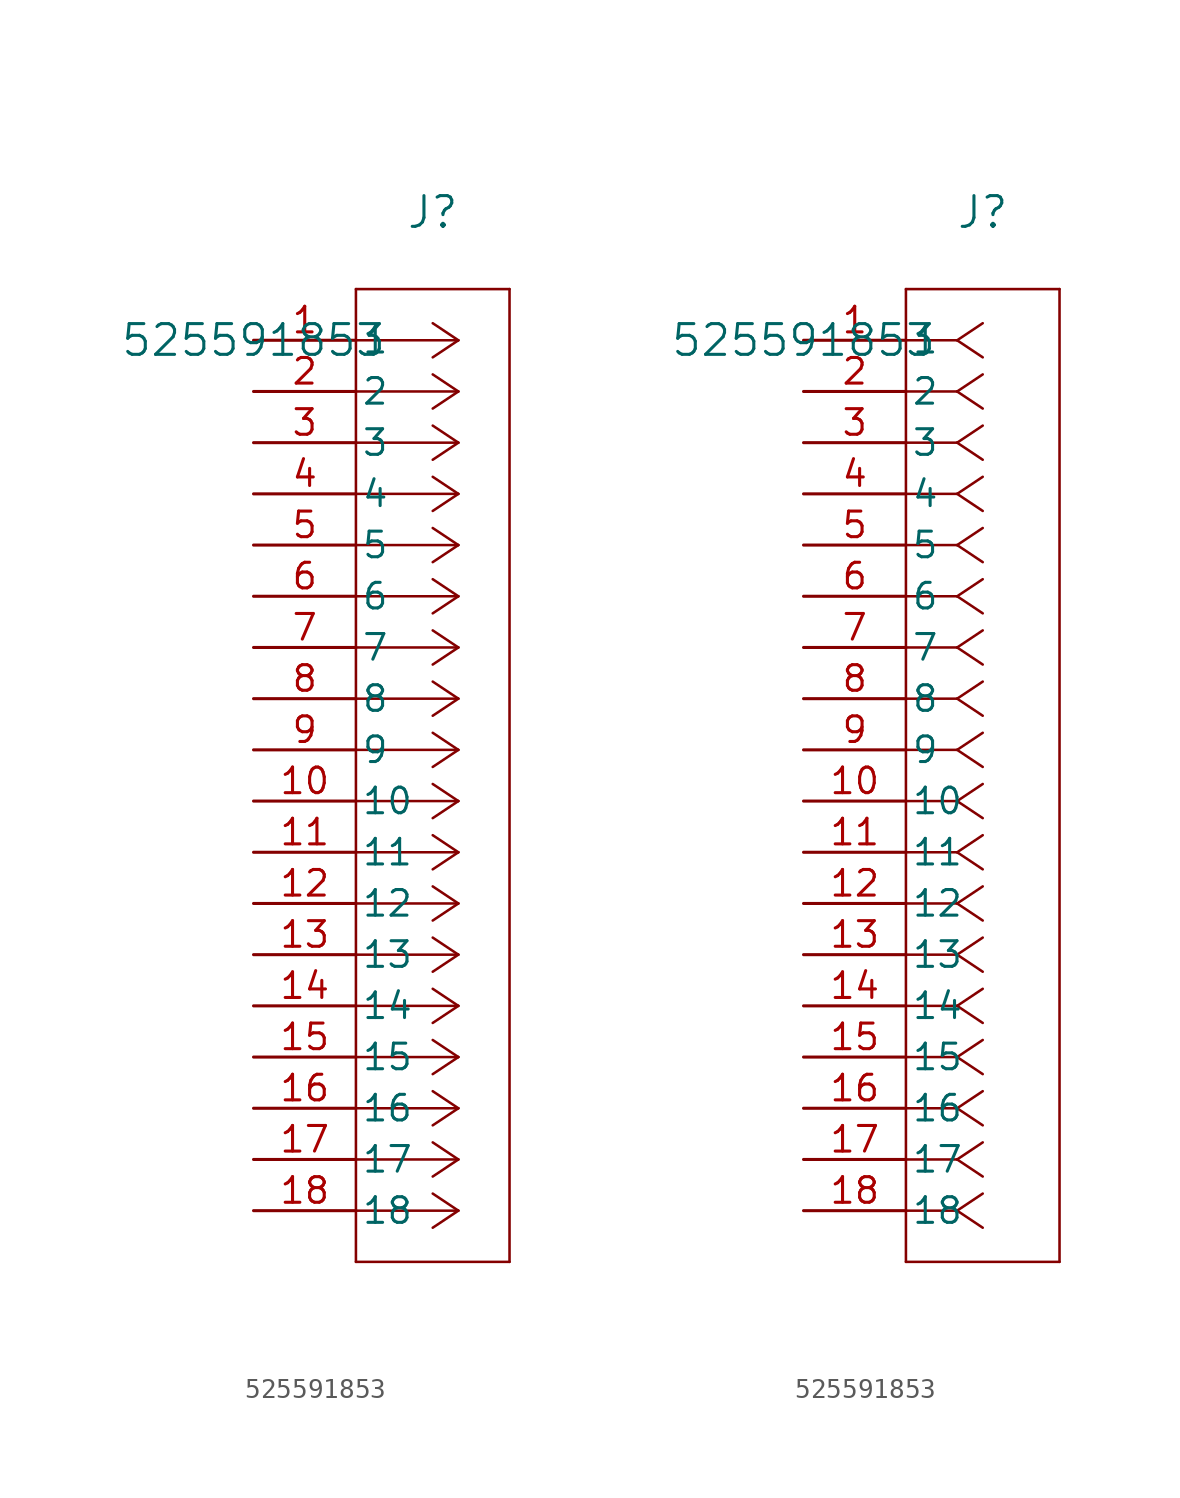
<source format=kicad_sym>
(kicad_symbol_lib
  (version 20211014)
  (generator kicad_symbol_editor)
  (symbol "525591853"
    (pin_names
      (offset 0.254))
    (property "Reference" "J"
      (at 8.89 6.35 0)
      (effects (font (size 1.524 1.524))))
    (property "Value" "525591853"
      (at 0 0 0)
      (effects (font (size 1.524 1.524))))
    (symbol "525591853_1_1"
      (polyline (pts (xy 10.16 0) (xy 5.08 0)) (stroke (width 0.127) (type default) (color 0 0 0 0)) (fill (type none)))
      (polyline (pts (xy 10.16 -2.54) (xy 5.08 -2.54)) (stroke (width 0.127) (type default) (color 0 0 0 0)) (fill (type none)))
      (polyline (pts (xy 10.16 -5.08) (xy 5.08 -5.08)) (stroke (width 0.127) (type default) (color 0 0 0 0)) (fill (type none)))
      (polyline (pts (xy 10.16 -7.62) (xy 5.08 -7.62)) (stroke (width 0.127) (type default) (color 0 0 0 0)) (fill (type none)))
      (polyline (pts (xy 10.16 -10.16) (xy 5.08 -10.16)) (stroke (width 0.127) (type default) (color 0 0 0 0)) (fill (type none)))
      (polyline (pts (xy 10.16 -12.7) (xy 5.08 -12.7)) (stroke (width 0.127) (type default) (color 0 0 0 0)) (fill (type none)))
      (polyline (pts (xy 10.16 -15.24) (xy 5.08 -15.24)) (stroke (width 0.127) (type default) (color 0 0 0 0)) (fill (type none)))
      (polyline (pts (xy 10.16 -17.78) (xy 5.08 -17.78)) (stroke (width 0.127) (type default) (color 0 0 0 0)) (fill (type none)))
      (polyline (pts (xy 10.16 -20.32) (xy 5.08 -20.32)) (stroke (width 0.127) (type default) (color 0 0 0 0)) (fill (type none)))
      (polyline (pts (xy 10.16 -22.86) (xy 5.08 -22.86)) (stroke (width 0.127) (type default) (color 0 0 0 0)) (fill (type none)))
      (polyline (pts (xy 10.16 -25.4) (xy 5.08 -25.4)) (stroke (width 0.127) (type default) (color 0 0 0 0)) (fill (type none)))
      (polyline (pts (xy 10.16 -27.94) (xy 5.08 -27.94)) (stroke (width 0.127) (type default) (color 0 0 0 0)) (fill (type none)))
      (polyline (pts (xy 10.16 -30.48) (xy 5.08 -30.48)) (stroke (width 0.127) (type default) (color 0 0 0 0)) (fill (type none)))
      (polyline (pts (xy 10.16 -33.02) (xy 5.08 -33.02)) (stroke (width 0.127) (type default) (color 0 0 0 0)) (fill (type none)))
      (polyline (pts (xy 10.16 -35.56) (xy 5.08 -35.56)) (stroke (width 0.127) (type default) (color 0 0 0 0)) (fill (type none)))
      (polyline (pts (xy 10.16 -38.1) (xy 5.08 -38.1)) (stroke (width 0.127) (type default) (color 0 0 0 0)) (fill (type none)))
      (polyline (pts (xy 10.16 -40.64) (xy 5.08 -40.64)) (stroke (width 0.127) (type default) (color 0 0 0 0)) (fill (type none)))
      (polyline (pts (xy 10.16 -43.18) (xy 5.08 -43.18)) (stroke (width 0.127) (type default) (color 0 0 0 0)) (fill (type none)))
      (polyline (pts (xy 10.16 0) (xy 8.89 0.847)) (stroke (width 0.127) (type default) (color 0 0 0 0)) (fill (type none)))
      (polyline (pts (xy 10.16 -2.54) (xy 8.89 -1.693)) (stroke (width 0.127) (type default) (color 0 0 0 0)) (fill (type none)))
      (polyline (pts (xy 10.16 -5.08) (xy 8.89 -4.233)) (stroke (width 0.127) (type default) (color 0 0 0 0)) (fill (type none)))
      (polyline (pts (xy 10.16 -7.62) (xy 8.89 -6.773)) (stroke (width 0.127) (type default) (color 0 0 0 0)) (fill (type none)))
      (polyline (pts (xy 10.16 -10.16) (xy 8.89 -9.313)) (stroke (width 0.127) (type default) (color 0 0 0 0)) (fill (type none)))
      (polyline (pts (xy 10.16 -12.7) (xy 8.89 -11.853)) (stroke (width 0.127) (type default) (color 0 0 0 0)) (fill (type none)))
      (polyline (pts (xy 10.16 -15.24) (xy 8.89 -14.393)) (stroke (width 0.127) (type default) (color 0 0 0 0)) (fill (type none)))
      (polyline (pts (xy 10.16 -17.78) (xy 8.89 -16.933)) (stroke (width 0.127) (type default) (color 0 0 0 0)) (fill (type none)))
      (polyline (pts (xy 10.16 -20.32) (xy 8.89 -19.473)) (stroke (width 0.127) (type default) (color 0 0 0 0)) (fill (type none)))
      (polyline (pts (xy 10.16 -22.86) (xy 8.89 -22.013)) (stroke (width 0.127) (type default) (color 0 0 0 0)) (fill (type none)))
      (polyline (pts (xy 10.16 -25.4) (xy 8.89 -24.553)) (stroke (width 0.127) (type default) (color 0 0 0 0)) (fill (type none)))
      (polyline (pts (xy 10.16 -27.94) (xy 8.89 -27.093)) (stroke (width 0.127) (type default) (color 0 0 0 0)) (fill (type none)))
      (polyline (pts (xy 10.16 -30.48) (xy 8.89 -29.633)) (stroke (width 0.127) (type default) (color 0 0 0 0)) (fill (type none)))
      (polyline (pts (xy 10.16 -33.02) (xy 8.89 -32.173)) (stroke (width 0.127) (type default) (color 0 0 0 0)) (fill (type none)))
      (polyline (pts (xy 10.16 -35.56) (xy 8.89 -34.713)) (stroke (width 0.127) (type default) (color 0 0 0 0)) (fill (type none)))
      (polyline (pts (xy 10.16 -38.1) (xy 8.89 -37.253)) (stroke (width 0.127) (type default) (color 0 0 0 0)) (fill (type none)))
      (polyline (pts (xy 10.16 -40.64) (xy 8.89 -39.793)) (stroke (width 0.127) (type default) (color 0 0 0 0)) (fill (type none)))
      (polyline (pts (xy 10.16 -43.18) (xy 8.89 -42.333)) (stroke (width 0.127) (type default) (color 0 0 0 0)) (fill (type none)))
      (polyline (pts (xy 10.16 0) (xy 8.89 -0.847)) (stroke (width 0.127) (type default) (color 0 0 0 0)) (fill (type none)))
      (polyline (pts (xy 10.16 -2.54) (xy 8.89 -3.387)) (stroke (width 0.127) (type default) (color 0 0 0 0)) (fill (type none)))
      (polyline (pts (xy 10.16 -5.08) (xy 8.89 -5.927)) (stroke (width 0.127) (type default) (color 0 0 0 0)) (fill (type none)))
      (polyline (pts (xy 10.16 -7.62) (xy 8.89 -8.467)) (stroke (width 0.127) (type default) (color 0 0 0 0)) (fill (type none)))
      (polyline (pts (xy 10.16 -10.16) (xy 8.89 -11.007)) (stroke (width 0.127) (type default) (color 0 0 0 0)) (fill (type none)))
      (polyline (pts (xy 10.16 -12.7) (xy 8.89 -13.547)) (stroke (width 0.127) (type default) (color 0 0 0 0)) (fill (type none)))
      (polyline (pts (xy 10.16 -15.24) (xy 8.89 -16.087)) (stroke (width 0.127) (type default) (color 0 0 0 0)) (fill (type none)))
      (polyline (pts (xy 10.16 -17.78) (xy 8.89 -18.627)) (stroke (width 0.127) (type default) (color 0 0 0 0)) (fill (type none)))
      (polyline (pts (xy 10.16 -20.32) (xy 8.89 -21.167)) (stroke (width 0.127) (type default) (color 0 0 0 0)) (fill (type none)))
      (polyline (pts (xy 10.16 -22.86) (xy 8.89 -23.707)) (stroke (width 0.127) (type default) (color 0 0 0 0)) (fill (type none)))
      (polyline (pts (xy 10.16 -25.4) (xy 8.89 -26.247)) (stroke (width 0.127) (type default) (color 0 0 0 0)) (fill (type none)))
      (polyline (pts (xy 10.16 -27.94) (xy 8.89 -28.787)) (stroke (width 0.127) (type default) (color 0 0 0 0)) (fill (type none)))
      (polyline (pts (xy 10.16 -30.48) (xy 8.89 -31.327)) (stroke (width 0.127) (type default) (color 0 0 0 0)) (fill (type none)))
      (polyline (pts (xy 10.16 -33.02) (xy 8.89 -33.867)) (stroke (width 0.127) (type default) (color 0 0 0 0)) (fill (type none)))
      (polyline (pts (xy 10.16 -35.56) (xy 8.89 -36.407)) (stroke (width 0.127) (type default) (color 0 0 0 0)) (fill (type none)))
      (polyline (pts (xy 10.16 -38.1) (xy 8.89 -38.947)) (stroke (width 0.127) (type default) (color 0 0 0 0)) (fill (type none)))
      (polyline (pts (xy 10.16 -40.64) (xy 8.89 -41.487)) (stroke (width 0.127) (type default) (color 0 0 0 0)) (fill (type none)))
      (polyline (pts (xy 10.16 -43.18) (xy 8.89 -44.027)) (stroke (width 0.127) (type default) (color 0 0 0 0)) (fill (type none)))
      (polyline (pts (xy 5.08 2.54) (xy 5.08 -45.72)) (stroke (width 0.127) (type default) (color 0 0 0 0)) (fill (type none)))
      (polyline (pts (xy 5.08 -45.72) (xy 12.7 -45.72)) (stroke (width 0.127) (type default) (color 0 0 0 0)) (fill (type none)))
      (polyline (pts (xy 12.7 -45.72) (xy 12.7 2.54)) (stroke (width 0.127) (type default) (color 0 0 0 0)) (fill (type none)))
      (polyline (pts (xy 12.7 2.54) (xy 5.08 2.54)) (stroke (width 0.127) (type default) (color 0 0 0 0)) (fill (type none)))
      (pin unspecified line (at 0 0 0) (length 5.08) (name "1" (effects (font (size 1.27 1.27)))) (number "1" (effects (font (size 1.27 1.27)))))
      (pin unspecified line (at 0 -2.54 0) (length 5.08) (name "2" (effects (font (size 1.27 1.27)))) (number "2" (effects (font (size 1.27 1.27)))))
      (pin unspecified line (at 0 -5.08 0) (length 5.08) (name "3" (effects (font (size 1.27 1.27)))) (number "3" (effects (font (size 1.27 1.27)))))
      (pin unspecified line (at 0 -7.62 0) (length 5.08) (name "4" (effects (font (size 1.27 1.27)))) (number "4" (effects (font (size 1.27 1.27)))))
      (pin unspecified line (at 0 -10.16 0) (length 5.08) (name "5" (effects (font (size 1.27 1.27)))) (number "5" (effects (font (size 1.27 1.27)))))
      (pin unspecified line (at 0 -12.7 0) (length 5.08) (name "6" (effects (font (size 1.27 1.27)))) (number "6" (effects (font (size 1.27 1.27)))))
      (pin unspecified line (at 0 -15.24 0) (length 5.08) (name "7" (effects (font (size 1.27 1.27)))) (number "7" (effects (font (size 1.27 1.27)))))
      (pin unspecified line (at 0 -17.78 0) (length 5.08) (name "8" (effects (font (size 1.27 1.27)))) (number "8" (effects (font (size 1.27 1.27)))))
      (pin unspecified line (at 0 -20.32 0) (length 5.08) (name "9" (effects (font (size 1.27 1.27)))) (number "9" (effects (font (size 1.27 1.27)))))
      (pin unspecified line (at 0 -22.86 0) (length 5.08) (name "10" (effects (font (size 1.27 1.27)))) (number "10" (effects (font (size 1.27 1.27)))))
      (pin unspecified line (at 0 -25.4 0) (length 5.08) (name "11" (effects (font (size 1.27 1.27)))) (number "11" (effects (font (size 1.27 1.27)))))
      (pin unspecified line (at 0 -27.94 0) (length 5.08) (name "12" (effects (font (size 1.27 1.27)))) (number "12" (effects (font (size 1.27 1.27)))))
      (pin unspecified line (at 0 -30.48 0) (length 5.08) (name "13" (effects (font (size 1.27 1.27)))) (number "13" (effects (font (size 1.27 1.27)))))
      (pin unspecified line (at 0 -33.02 0) (length 5.08) (name "14" (effects (font (size 1.27 1.27)))) (number "14" (effects (font (size 1.27 1.27)))))
      (pin unspecified line (at 0 -35.56 0) (length 5.08) (name "15" (effects (font (size 1.27 1.27)))) (number "15" (effects (font (size 1.27 1.27)))))
      (pin unspecified line (at 0 -38.1 0) (length 5.08) (name "16" (effects (font (size 1.27 1.27)))) (number "16" (effects (font (size 1.27 1.27)))))
      (pin unspecified line (at 0 -40.64 0) (length 5.08) (name "17" (effects (font (size 1.27 1.27)))) (number "17" (effects (font (size 1.27 1.27)))))
      (pin unspecified line (at 0 -43.18 0) (length 5.08) (name "18" (effects (font (size 1.27 1.27)))) (number "18" (effects (font (size 1.27 1.27))))))
    (symbol "525591853_1_2"
      (polyline (pts (xy 7.62 0) (xy 5.08 0)) (stroke (width 0.127) (type default) (color 0 0 0 0)) (fill (type none)))
      (polyline (pts (xy 7.62 -2.54) (xy 5.08 -2.54)) (stroke (width 0.127) (type default) (color 0 0 0 0)) (fill (type none)))
      (polyline (pts (xy 7.62 -5.08) (xy 5.08 -5.08)) (stroke (width 0.127) (type default) (color 0 0 0 0)) (fill (type none)))
      (polyline (pts (xy 7.62 -7.62) (xy 5.08 -7.62)) (stroke (width 0.127) (type default) (color 0 0 0 0)) (fill (type none)))
      (polyline (pts (xy 7.62 -10.16) (xy 5.08 -10.16)) (stroke (width 0.127) (type default) (color 0 0 0 0)) (fill (type none)))
      (polyline (pts (xy 7.62 -12.7) (xy 5.08 -12.7)) (stroke (width 0.127) (type default) (color 0 0 0 0)) (fill (type none)))
      (polyline (pts (xy 7.62 -15.24) (xy 5.08 -15.24)) (stroke (width 0.127) (type default) (color 0 0 0 0)) (fill (type none)))
      (polyline (pts (xy 7.62 -17.78) (xy 5.08 -17.78)) (stroke (width 0.127) (type default) (color 0 0 0 0)) (fill (type none)))
      (polyline (pts (xy 7.62 -20.32) (xy 5.08 -20.32)) (stroke (width 0.127) (type default) (color 0 0 0 0)) (fill (type none)))
      (polyline (pts (xy 7.62 -22.86) (xy 5.08 -22.86)) (stroke (width 0.127) (type default) (color 0 0 0 0)) (fill (type none)))
      (polyline (pts (xy 7.62 -25.4) (xy 5.08 -25.4)) (stroke (width 0.127) (type default) (color 0 0 0 0)) (fill (type none)))
      (polyline (pts (xy 7.62 -27.94) (xy 5.08 -27.94)) (stroke (width 0.127) (type default) (color 0 0 0 0)) (fill (type none)))
      (polyline (pts (xy 7.62 -30.48) (xy 5.08 -30.48)) (stroke (width 0.127) (type default) (color 0 0 0 0)) (fill (type none)))
      (polyline (pts (xy 7.62 -33.02) (xy 5.08 -33.02)) (stroke (width 0.127) (type default) (color 0 0 0 0)) (fill (type none)))
      (polyline (pts (xy 7.62 -35.56) (xy 5.08 -35.56)) (stroke (width 0.127) (type default) (color 0 0 0 0)) (fill (type none)))
      (polyline (pts (xy 7.62 -38.1) (xy 5.08 -38.1)) (stroke (width 0.127) (type default) (color 0 0 0 0)) (fill (type none)))
      (polyline (pts (xy 7.62 -40.64) (xy 5.08 -40.64)) (stroke (width 0.127) (type default) (color 0 0 0 0)) (fill (type none)))
      (polyline (pts (xy 7.62 -43.18) (xy 5.08 -43.18)) (stroke (width 0.127) (type default) (color 0 0 0 0)) (fill (type none)))
      (polyline (pts (xy 7.62 0) (xy 8.89 0.847)) (stroke (width 0.127) (type default) (color 0 0 0 0)) (fill (type none)))
      (polyline (pts (xy 7.62 -2.54) (xy 8.89 -1.693)) (stroke (width 0.127) (type default) (color 0 0 0 0)) (fill (type none)))
      (polyline (pts (xy 7.62 -5.08) (xy 8.89 -4.233)) (stroke (width 0.127) (type default) (color 0 0 0 0)) (fill (type none)))
      (polyline (pts (xy 7.62 -7.62) (xy 8.89 -6.773)) (stroke (width 0.127) (type default) (color 0 0 0 0)) (fill (type none)))
      (polyline (pts (xy 7.62 -10.16) (xy 8.89 -9.313)) (stroke (width 0.127) (type default) (color 0 0 0 0)) (fill (type none)))
      (polyline (pts (xy 7.62 -12.7) (xy 8.89 -11.853)) (stroke (width 0.127) (type default) (color 0 0 0 0)) (fill (type none)))
      (polyline (pts (xy 7.62 -15.24) (xy 8.89 -14.393)) (stroke (width 0.127) (type default) (color 0 0 0 0)) (fill (type none)))
      (polyline (pts (xy 7.62 -17.78) (xy 8.89 -16.933)) (stroke (width 0.127) (type default) (color 0 0 0 0)) (fill (type none)))
      (polyline (pts (xy 7.62 -20.32) (xy 8.89 -19.473)) (stroke (width 0.127) (type default) (color 0 0 0 0)) (fill (type none)))
      (polyline (pts (xy 7.62 -22.86) (xy 8.89 -22.013)) (stroke (width 0.127) (type default) (color 0 0 0 0)) (fill (type none)))
      (polyline (pts (xy 7.62 -25.4) (xy 8.89 -24.553)) (stroke (width 0.127) (type default) (color 0 0 0 0)) (fill (type none)))
      (polyline (pts (xy 7.62 -27.94) (xy 8.89 -27.093)) (stroke (width 0.127) (type default) (color 0 0 0 0)) (fill (type none)))
      (polyline (pts (xy 7.62 -30.48) (xy 8.89 -29.633)) (stroke (width 0.127) (type default) (color 0 0 0 0)) (fill (type none)))
      (polyline (pts (xy 7.62 -33.02) (xy 8.89 -32.173)) (stroke (width 0.127) (type default) (color 0 0 0 0)) (fill (type none)))
      (polyline (pts (xy 7.62 -35.56) (xy 8.89 -34.713)) (stroke (width 0.127) (type default) (color 0 0 0 0)) (fill (type none)))
      (polyline (pts (xy 7.62 -38.1) (xy 8.89 -37.253)) (stroke (width 0.127) (type default) (color 0 0 0 0)) (fill (type none)))
      (polyline (pts (xy 7.62 -40.64) (xy 8.89 -39.793)) (stroke (width 0.127) (type default) (color 0 0 0 0)) (fill (type none)))
      (polyline (pts (xy 7.62 -43.18) (xy 8.89 -42.333)) (stroke (width 0.127) (type default) (color 0 0 0 0)) (fill (type none)))
      (polyline (pts (xy 7.62 0) (xy 8.89 -0.847)) (stroke (width 0.127) (type default) (color 0 0 0 0)) (fill (type none)))
      (polyline (pts (xy 7.62 -2.54) (xy 8.89 -3.387)) (stroke (width 0.127) (type default) (color 0 0 0 0)) (fill (type none)))
      (polyline (pts (xy 7.62 -5.08) (xy 8.89 -5.927)) (stroke (width 0.127) (type default) (color 0 0 0 0)) (fill (type none)))
      (polyline (pts (xy 7.62 -7.62) (xy 8.89 -8.467)) (stroke (width 0.127) (type default) (color 0 0 0 0)) (fill (type none)))
      (polyline (pts (xy 7.62 -10.16) (xy 8.89 -11.007)) (stroke (width 0.127) (type default) (color 0 0 0 0)) (fill (type none)))
      (polyline (pts (xy 7.62 -12.7) (xy 8.89 -13.547)) (stroke (width 0.127) (type default) (color 0 0 0 0)) (fill (type none)))
      (polyline (pts (xy 7.62 -15.24) (xy 8.89 -16.087)) (stroke (width 0.127) (type default) (color 0 0 0 0)) (fill (type none)))
      (polyline (pts (xy 7.62 -17.78) (xy 8.89 -18.627)) (stroke (width 0.127) (type default) (color 0 0 0 0)) (fill (type none)))
      (polyline (pts (xy 7.62 -20.32) (xy 8.89 -21.167)) (stroke (width 0.127) (type default) (color 0 0 0 0)) (fill (type none)))
      (polyline (pts (xy 7.62 -22.86) (xy 8.89 -23.707)) (stroke (width 0.127) (type default) (color 0 0 0 0)) (fill (type none)))
      (polyline (pts (xy 7.62 -25.4) (xy 8.89 -26.247)) (stroke (width 0.127) (type default) (color 0 0 0 0)) (fill (type none)))
      (polyline (pts (xy 7.62 -27.94) (xy 8.89 -28.787)) (stroke (width 0.127) (type default) (color 0 0 0 0)) (fill (type none)))
      (polyline (pts (xy 7.62 -30.48) (xy 8.89 -31.327)) (stroke (width 0.127) (type default) (color 0 0 0 0)) (fill (type none)))
      (polyline (pts (xy 7.62 -33.02) (xy 8.89 -33.867)) (stroke (width 0.127) (type default) (color 0 0 0 0)) (fill (type none)))
      (polyline (pts (xy 7.62 -35.56) (xy 8.89 -36.407)) (stroke (width 0.127) (type default) (color 0 0 0 0)) (fill (type none)))
      (polyline (pts (xy 7.62 -38.1) (xy 8.89 -38.947)) (stroke (width 0.127) (type default) (color 0 0 0 0)) (fill (type none)))
      (polyline (pts (xy 7.62 -40.64) (xy 8.89 -41.487)) (stroke (width 0.127) (type default) (color 0 0 0 0)) (fill (type none)))
      (polyline (pts (xy 7.62 -43.18) (xy 8.89 -44.027)) (stroke (width 0.127) (type default) (color 0 0 0 0)) (fill (type none)))
      (polyline (pts (xy 5.08 2.54) (xy 5.08 -45.72)) (stroke (width 0.127) (type default) (color 0 0 0 0)) (fill (type none)))
      (polyline (pts (xy 5.08 -45.72) (xy 12.7 -45.72)) (stroke (width 0.127) (type default) (color 0 0 0 0)) (fill (type none)))
      (polyline (pts (xy 12.7 -45.72) (xy 12.7 2.54)) (stroke (width 0.127) (type default) (color 0 0 0 0)) (fill (type none)))
      (polyline (pts (xy 12.7 2.54) (xy 5.08 2.54)) (stroke (width 0.127) (type default) (color 0 0 0 0)) (fill (type none)))
      (pin unspecified line (at 0 0 0) (length 5.08) (name "1" (effects (font (size 1.27 1.27)))) (number "1" (effects (font (size 1.27 1.27)))))
      (pin unspecified line (at 0 -2.54 0) (length 5.08) (name "2" (effects (font (size 1.27 1.27)))) (number "2" (effects (font (size 1.27 1.27)))))
      (pin unspecified line (at 0 -5.08 0) (length 5.08) (name "3" (effects (font (size 1.27 1.27)))) (number "3" (effects (font (size 1.27 1.27)))))
      (pin unspecified line (at 0 -7.62 0) (length 5.08) (name "4" (effects (font (size 1.27 1.27)))) (number "4" (effects (font (size 1.27 1.27)))))
      (pin unspecified line (at 0 -10.16 0) (length 5.08) (name "5" (effects (font (size 1.27 1.27)))) (number "5" (effects (font (size 1.27 1.27)))))
      (pin unspecified line (at 0 -12.7 0) (length 5.08) (name "6" (effects (font (size 1.27 1.27)))) (number "6" (effects (font (size 1.27 1.27)))))
      (pin unspecified line (at 0 -15.24 0) (length 5.08) (name "7" (effects (font (size 1.27 1.27)))) (number "7" (effects (font (size 1.27 1.27)))))
      (pin unspecified line (at 0 -17.78 0) (length 5.08) (name "8" (effects (font (size 1.27 1.27)))) (number "8" (effects (font (size 1.27 1.27)))))
      (pin unspecified line (at 0 -20.32 0) (length 5.08) (name "9" (effects (font (size 1.27 1.27)))) (number "9" (effects (font (size 1.27 1.27)))))
      (pin unspecified line (at 0 -22.86 0) (length 5.08) (name "10" (effects (font (size 1.27 1.27)))) (number "10" (effects (font (size 1.27 1.27)))))
      (pin unspecified line (at 0 -25.4 0) (length 5.08) (name "11" (effects (font (size 1.27 1.27)))) (number "11" (effects (font (size 1.27 1.27)))))
      (pin unspecified line (at 0 -27.94 0) (length 5.08) (name "12" (effects (font (size 1.27 1.27)))) (number "12" (effects (font (size 1.27 1.27)))))
      (pin unspecified line (at 0 -30.48 0) (length 5.08) (name "13" (effects (font (size 1.27 1.27)))) (number "13" (effects (font (size 1.27 1.27)))))
      (pin unspecified line (at 0 -33.02 0) (length 5.08) (name "14" (effects (font (size 1.27 1.27)))) (number "14" (effects (font (size 1.27 1.27)))))
      (pin unspecified line (at 0 -35.56 0) (length 5.08) (name "15" (effects (font (size 1.27 1.27)))) (number "15" (effects (font (size 1.27 1.27)))))
      (pin unspecified line (at 0 -38.1 0) (length 5.08) (name "16" (effects (font (size 1.27 1.27)))) (number "16" (effects (font (size 1.27 1.27)))))
      (pin unspecified line (at 0 -40.64 0) (length 5.08) (name "17" (effects (font (size 1.27 1.27)))) (number "17" (effects (font (size 1.27 1.27)))))
      (pin unspecified line (at 0 -43.18 0) (length 5.08) (name "18" (effects (font (size 1.27 1.27)))) (number "18" (effects (font (size 1.27 1.27))))))))
</source>
